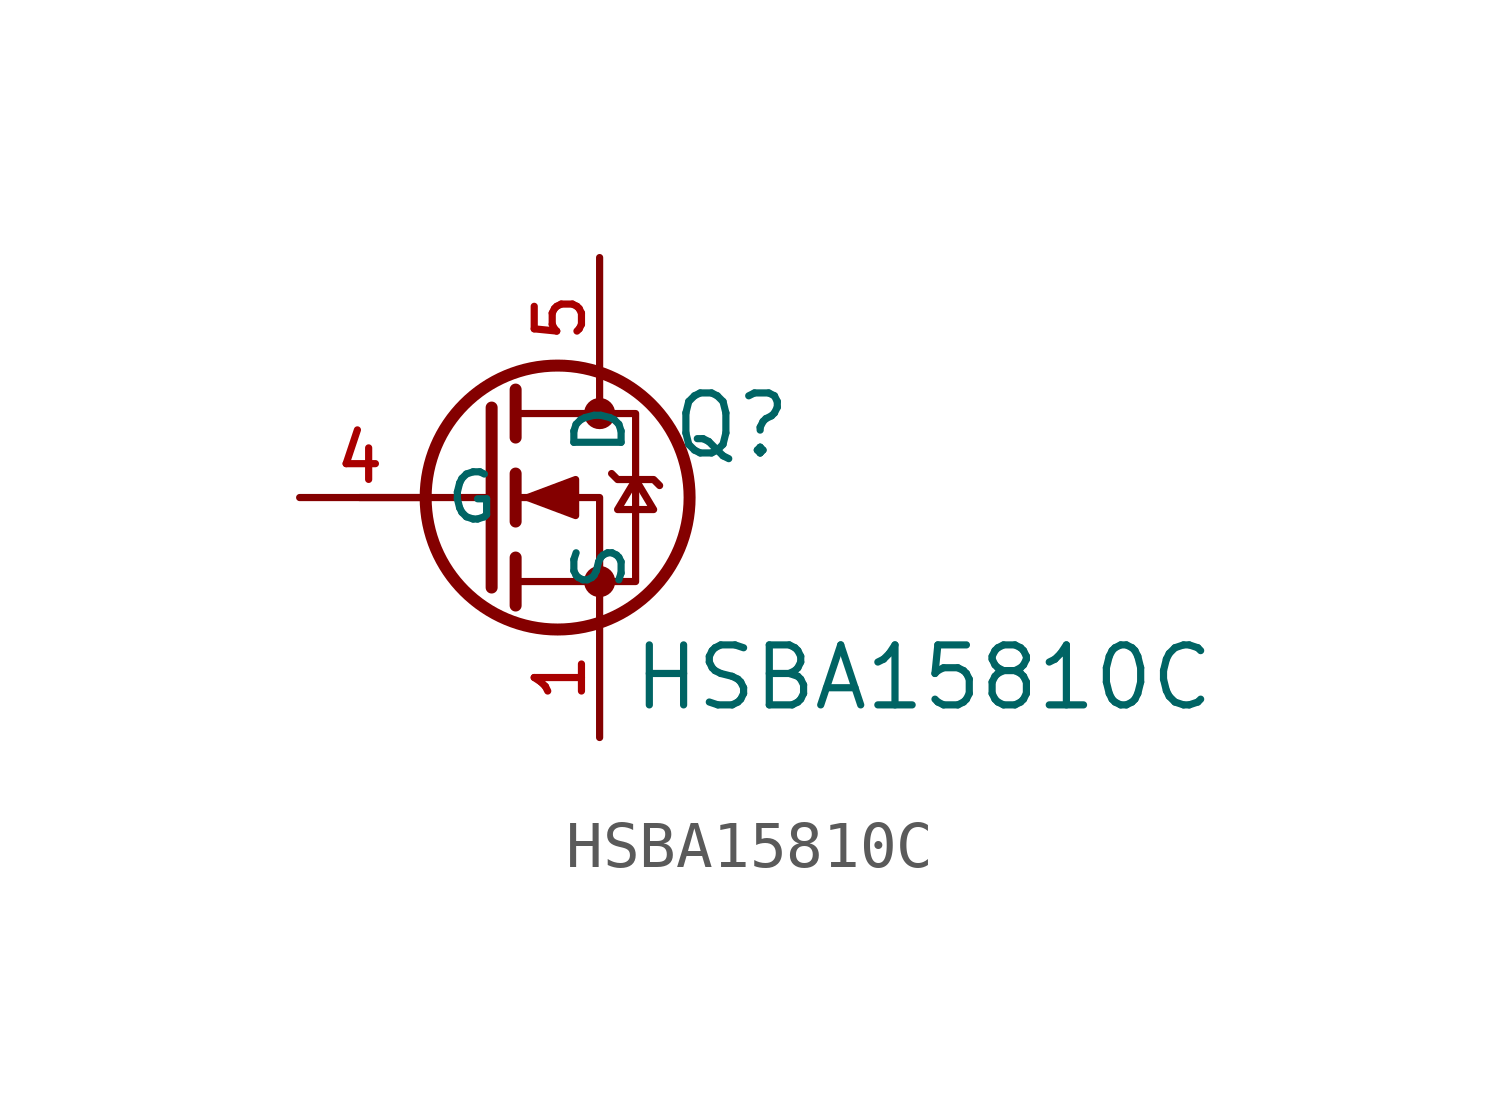
<source format=kicad_sym>
(kicad_symbol_lib
  (version 20231120)
  (generator "kicad_symbol_editor")
  (generator_version "8.0")
  (symbol "HSBA15810C"
    (property "Reference" "Q"
      (at 4.064 1.524 0)
      (effects (font (size 1.27 1.27))))
    (property "Value" "HSBA15810C"
      (at 8.128 -3.81 0)
      (effects (font (size 1.27 1.27))))
    (symbol "HSBA15810C_0_1"
      (polyline (pts (xy -1.016 0) (xy -3.81 0)) (stroke (width 0) (type default)) (fill (type none)))
      (polyline (pts (xy -1.016 1.905) (xy -1.016 -1.905)) (stroke (width 0.254) (type default)) (fill (type none)))
      (polyline (pts (xy -0.508 -1.27) (xy -0.508 -2.286)) (stroke (width 0.254) (type default)) (fill (type none)))
      (polyline (pts (xy -0.508 0.508) (xy -0.508 -0.508)) (stroke (width 0.254) (type default)) (fill (type none)))
      (polyline (pts (xy -0.508 2.286) (xy -0.508 1.27)) (stroke (width 0.254) (type default)) (fill (type none)))
      (polyline (pts (xy 1.27 2.54) (xy 1.27 1.778)) (stroke (width 0) (type default)) (fill (type none)))
      (polyline (pts (xy 1.27 -2.54) (xy 1.27 0) (xy -0.508 0)) (stroke (width 0) (type default)) (fill (type none)))
      (polyline (pts (xy -0.508 -1.778) (xy 2.032 -1.778) (xy 2.032 1.778) (xy -0.508 1.778)) (stroke (width 0) (type default)) (fill (type none)))
      (polyline (pts (xy -0.254 0) (xy 0.762 0.381) (xy 0.762 -0.381) (xy -0.254 0)) (stroke (width 0) (type default)) (fill (type outline)))
      (polyline (pts (xy 1.524 0.508) (xy 1.651 0.381) (xy 2.413 0.381) (xy 2.54 0.254)) (stroke (width 0) (type default)) (fill (type none)))
      (polyline (pts (xy 2.032 0.381) (xy 1.651 -0.254) (xy 2.413 -0.254) (xy 2.032 0.381)) (stroke (width 0) (type default)) (fill (type none)))
      (circle (center 0.381 0) (radius 2.794) (stroke (width 0.254) (type default)) (fill (type none)))
      (circle (center 1.27 -1.778) (radius 0.254) (stroke (width 0) (type default)) (fill (type outline)))
      (circle (center 1.27 1.778) (radius 0.254) (stroke (width 0) (type default)) (fill (type outline)))
      (pin unspecified line (at 1.27 -5.08 90) (length 2.54) (name "S" (effects (font (size 1 1)))) (number "1" (effects (font (size 1 1)))))
      (pin unspecified line (at -5.08 0 0) (length 2.54) (name "G" (effects (font (size 1 1)))) (number "4" (effects (font (size 1 1)))))
      (pin unspecified line (at 1.27 5.08 270) (length 2.54) (name "D" (effects (font (size 1 1)))) (number "5" (effects (font (size 1 1)))))
      (pin unspecified line (at 1.27 5.08 270) (length 2.54) hide (name "D" (effects (font (size 1 1)))) (number "6" (effects (font (size 1 1)))))
      (pin unspecified line (at 1.27 5.08 270) (length 2.54) hide (name "D" (effects (font (size 1 1)))) (number "7" (effects (font (size 1 1)))))
      (pin unspecified line (at 1.27 5.08 270) (length 2.54) hide (name "D" (effects (font (size 1 1)))) (number "8" (effects (font (size 1 1)))))
      (pin unspecified line (at 1.27 5.08 270) (length 2.54) hide (name "D" (effects (font (size 1 1)))) (number "9" (effects (font (size 1 1))))))
    (symbol "HSBA15810C_1_1"
      (pin unspecified line (at 1.27 -5.08 90) (length 2.54) hide (name "S" (effects (font (size 1 1)))) (number "2" (effects (font (size 1 1)))))
      (pin unspecified line (at 1.27 -5.08 90) (length 2.54) hide (name "S" (effects (font (size 1 1)))) (number "3" (effects (font (size 1 1))))))))
</source>
